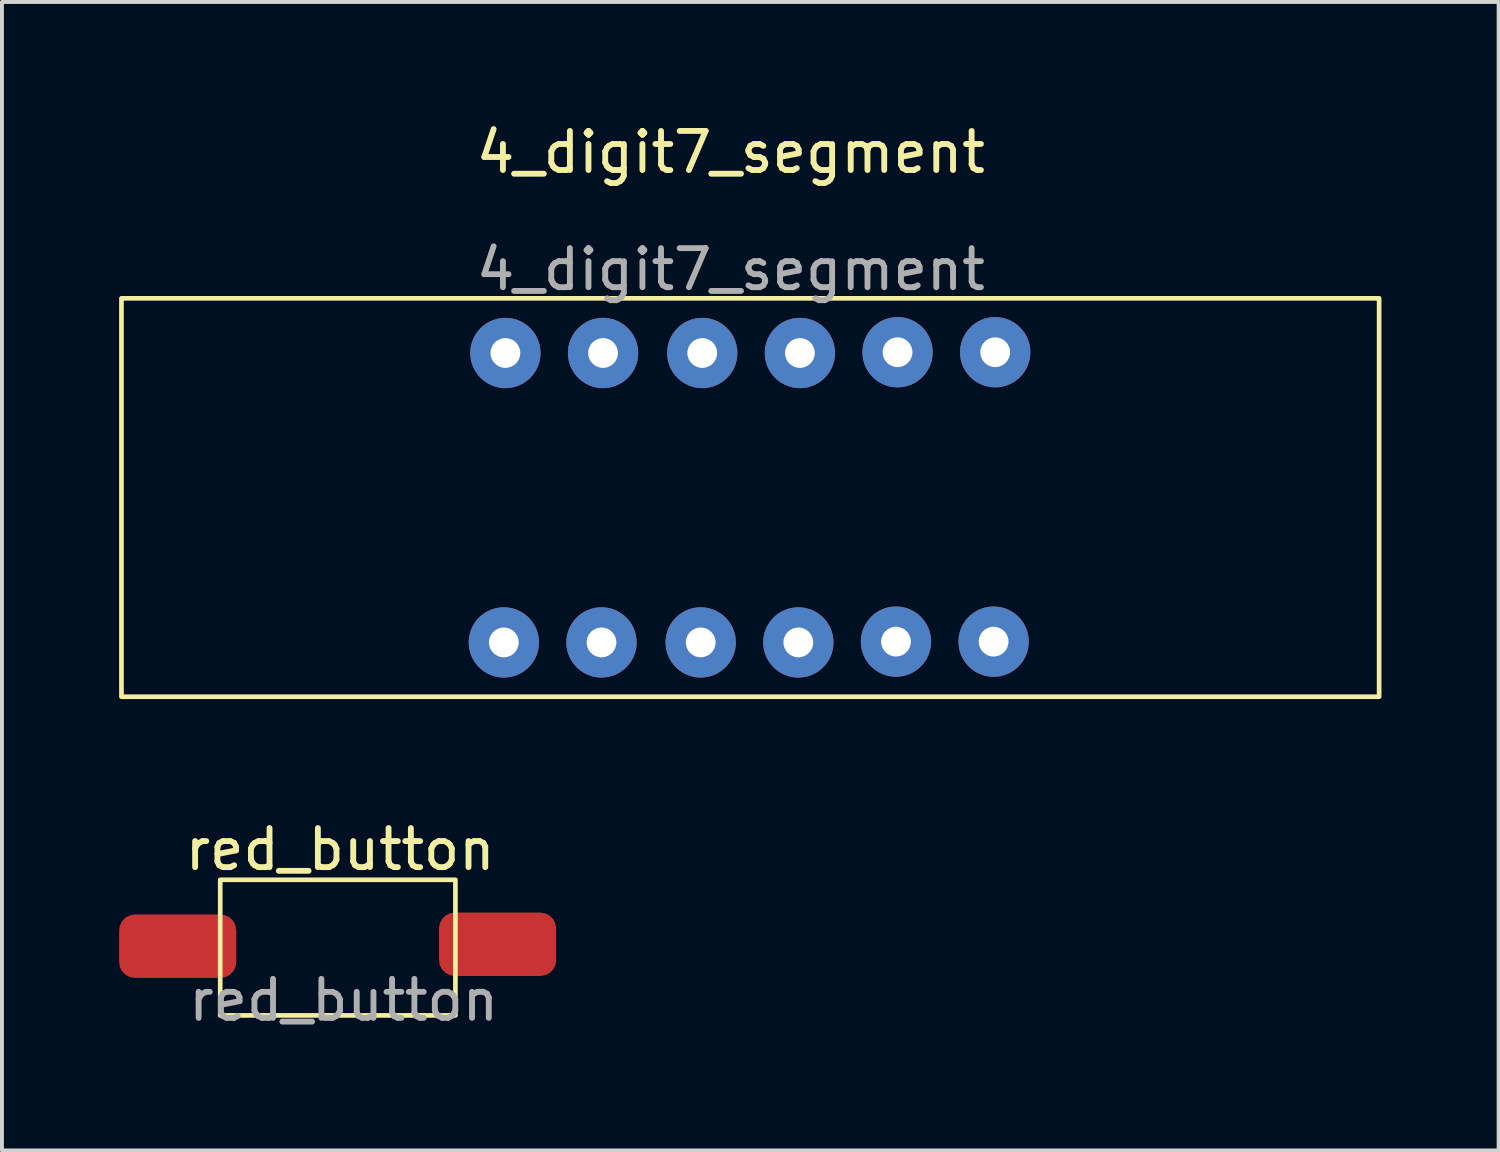
<source format=kicad_pcb>
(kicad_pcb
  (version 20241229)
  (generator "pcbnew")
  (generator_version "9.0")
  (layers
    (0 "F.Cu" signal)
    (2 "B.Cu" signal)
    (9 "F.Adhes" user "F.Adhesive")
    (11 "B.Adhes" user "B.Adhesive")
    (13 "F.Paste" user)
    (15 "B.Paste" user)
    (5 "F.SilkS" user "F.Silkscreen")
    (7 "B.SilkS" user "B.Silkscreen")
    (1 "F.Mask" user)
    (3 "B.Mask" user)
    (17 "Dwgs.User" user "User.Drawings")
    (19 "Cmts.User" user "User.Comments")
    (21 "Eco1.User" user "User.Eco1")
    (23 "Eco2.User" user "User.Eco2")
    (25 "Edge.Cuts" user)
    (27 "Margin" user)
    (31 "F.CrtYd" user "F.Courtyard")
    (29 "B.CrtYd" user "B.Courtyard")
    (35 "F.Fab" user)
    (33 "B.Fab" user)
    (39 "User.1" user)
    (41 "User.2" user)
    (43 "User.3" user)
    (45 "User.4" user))
  (footprint "red_button"
    (layer "F.Cu")
    (at 5.23 19.416)
    (property "Reference" "red_button" (at 0.43 -0.72 0) (unlocked yes) (layer "F.SilkS") (effects (font (size 1 1) (thickness 0.15))))
    (attr smd)
    (fp_rect (start -2.642 0.06) (end 3.38 3.531) (stroke (width 0.12) (type solid)) (fill no) (layer "F.SilkS"))
    (fp_text user "${REFERENCE}" (at 0.52 3.14 0) (unlocked yes) (layer "F.Fab") (effects (font (size 1 1) (thickness 0.15))))
    (pad "1" smd roundrect (at 4.46 1.71) (size 3 1.624) (layers "F.Cu" "F.Mask" "F.Paste") (roundrect_rratio 0.25))
    (pad "2" smd roundrect (at -3.73 1.76) (size 3 1.624) (layers "F.Cu" "F.Mask" "F.Paste") (roundrect_rratio 0.25)))
  (footprint "4_digit7_segment"
    (layer "F.Cu")
    (at 15.75 4.168)
    (property "Reference" "4_digit7_segment" (at -0.09 -3.32 0) (unlocked yes) (layer "F.SilkS") (effects (font (size 1 1) (thickness 0.15))))
    (attr through_hole)
    (fp_rect (start -15.69 0.42) (end 16.51 10.62) (stroke (width 0.12) (type solid)) (fill no) (layer "F.SilkS"))
    (fp_text user "${REFERENCE}" (at -0.09 -0.32 0) (unlocked yes) (layer "F.Fab") (effects (font (size 1 1) (thickness 0.15))))
    (pad "1" thru_hole circle (at -5.9 9.23) (size 1.8 1.8) (drill 0.762) (layers "*.Cu" "*.Mask"))
    (pad "2" thru_hole circle (at -3.4 9.23) (size 1.8 1.8) (drill 0.762) (layers "*.Cu" "*.Mask"))
    (pad "3" thru_hole circle (at -0.86 9.23) (size 1.8 1.8) (drill 0.762) (layers "*.Cu" "*.Mask"))
    (pad "4" thru_hole circle (at 1.64 9.23) (size 1.8 1.8) (drill 0.762) (layers "*.Cu" "*.Mask"))
    (pad "5" thru_hole circle (at 4.14 9.21) (size 1.8 1.8) (drill 0.762) (layers "*.Cu" "*.Mask"))
    (pad "6" thru_hole circle (at 6.64 9.21) (size 1.8 1.8) (drill 0.762) (layers "*.Cu" "*.Mask"))
    (pad "7" thru_hole circle (at 6.68 1.8) (size 1.8 1.8) (drill 0.762) (layers "*.Cu" "*.Mask"))
    (pad "8" thru_hole circle (at 4.18 1.8) (size 1.8 1.8) (drill 0.762) (layers "*.Cu" "*.Mask"))
    (pad "9" thru_hole circle (at 1.68 1.82) (size 1.8 1.8) (drill 0.762) (layers "*.Cu" "*.Mask"))
    (pad "10" thru_hole circle (at -0.82 1.82) (size 1.8 1.8) (drill 0.762) (layers "*.Cu" "*.Mask"))
    (pad "11" thru_hole circle (at -3.36 1.82) (size 1.8 1.8) (drill 0.762) (layers "*.Cu" "*.Mask"))
    (pad "12" thru_hole circle (at -5.86 1.82) (size 1.8 1.8) (drill 0.762) (layers "*.Cu" "*.Mask")))
  (gr_rect
    (start -3 -3)
    (end 35.32 26.405)
    (stroke (width 0.1) (type default))
    (fill no)
    (layer "Edge.Cuts")))
</source>
